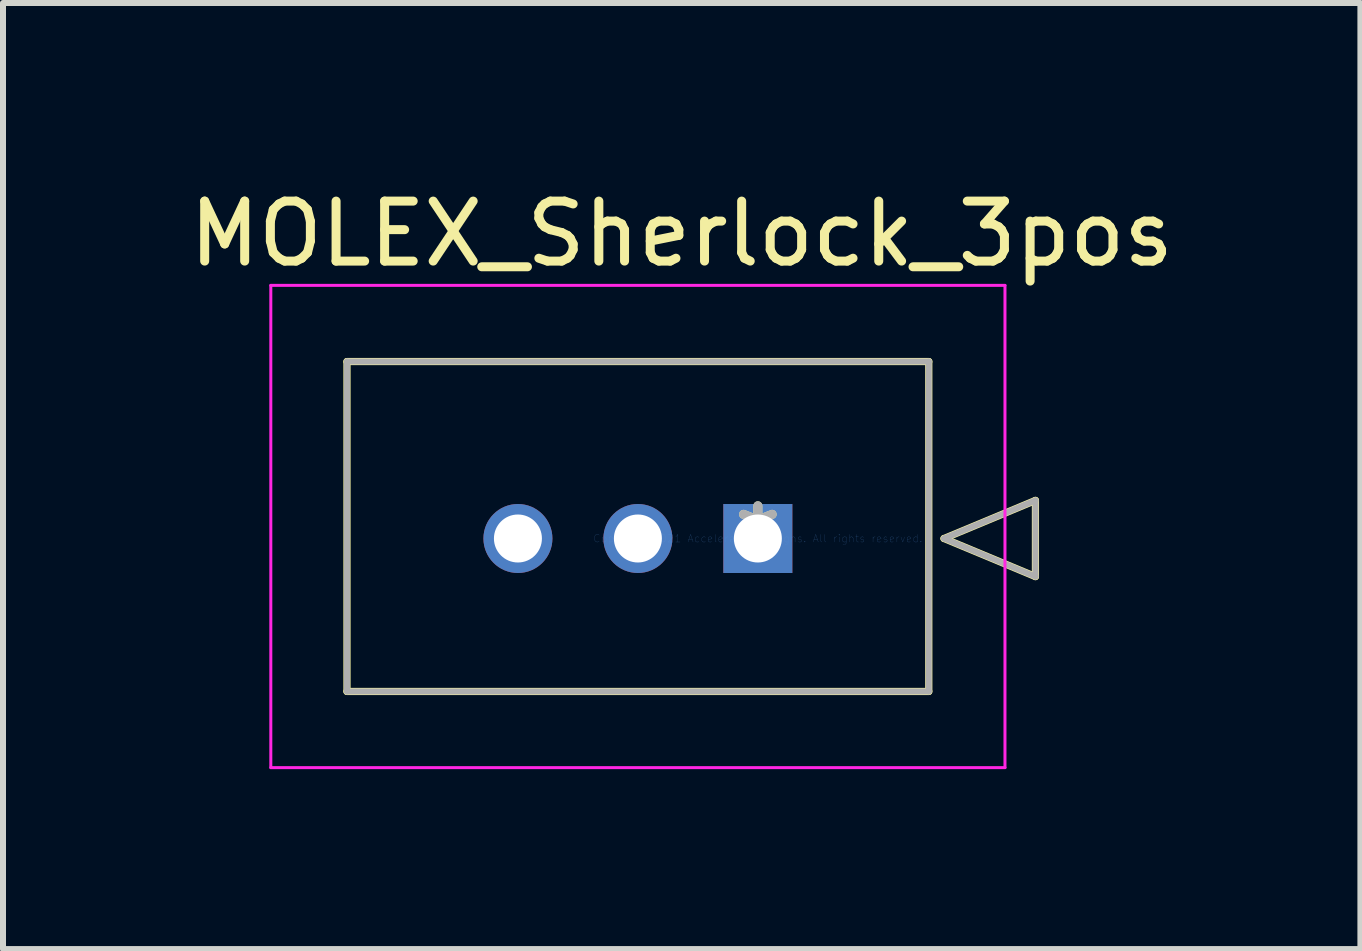
<source format=kicad_pcb>
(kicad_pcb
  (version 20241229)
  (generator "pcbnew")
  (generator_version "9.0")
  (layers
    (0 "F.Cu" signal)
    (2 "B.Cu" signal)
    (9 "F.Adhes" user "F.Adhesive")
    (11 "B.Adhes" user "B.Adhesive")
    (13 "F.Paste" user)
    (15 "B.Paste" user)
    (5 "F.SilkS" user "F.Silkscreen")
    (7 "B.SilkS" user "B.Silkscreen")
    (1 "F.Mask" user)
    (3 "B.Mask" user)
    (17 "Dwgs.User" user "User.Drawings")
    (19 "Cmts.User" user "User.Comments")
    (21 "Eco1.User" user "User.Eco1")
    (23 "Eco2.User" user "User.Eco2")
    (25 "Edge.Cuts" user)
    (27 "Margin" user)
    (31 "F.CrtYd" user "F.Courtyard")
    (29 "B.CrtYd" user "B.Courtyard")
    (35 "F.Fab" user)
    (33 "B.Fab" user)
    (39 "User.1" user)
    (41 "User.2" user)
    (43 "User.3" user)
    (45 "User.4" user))
  (footprint "MOLEX_Sherlock_3pos"
    (layer "F.Cu")
    (at 9.585 5.928)
    (property "Reference" "MOLEX_Sherlock_3pos" (at -1.27 -5.08 0) (layer "F.SilkS") (effects (font (size 1 1) (thickness 0.15))))
    (attr through_hole)
    (fp_line (start -6.85 -2.95) (end -6.85 2.55) (stroke (width 0.12) (type solid)) (layer "F.SilkS"))
    (fp_line (start -6.85 2.55) (end 2.85 2.55) (stroke (width 0.12) (type solid)) (layer "F.SilkS"))
    (fp_line (start 2.85 -2.95) (end -6.85 -2.95) (stroke (width 0.12) (type solid)) (layer "F.SilkS"))
    (fp_line (start 2.85 2.55) (end 2.85 -2.95) (stroke (width 0.12) (type solid)) (layer "F.SilkS"))
    (fp_line (start 3.104 0) (end 4.628 -0.635) (stroke (width 0.12) (type solid)) (layer "F.SilkS"))
    (fp_line (start 4.628 -0.635) (end 4.628 0.635) (stroke (width 0.12) (type solid)) (layer "F.SilkS"))
    (fp_line (start 4.628 0.635) (end 3.104 0) (stroke (width 0.12) (type solid)) (layer "F.SilkS"))
    (fp_line (start -8.12 -4.22) (end -8.12 3.82) (stroke (width 0.05) (type solid)) (layer "F.CrtYd"))
    (fp_line (start -8.12 3.82) (end 4.12 3.82) (stroke (width 0.05) (type solid)) (layer "F.CrtYd"))
    (fp_line (start 4.12 -4.22) (end -8.12 -4.22) (stroke (width 0.05) (type solid)) (layer "F.CrtYd"))
    (fp_line (start 4.12 3.82) (end 4.12 -4.22) (stroke (width 0.05) (type solid)) (layer "F.CrtYd"))
    (fp_line (start -6.85 -2.95) (end -6.85 2.55) (stroke (width 0.1) (type solid)) (layer "F.Fab"))
    (fp_line (start -6.85 2.55) (end 2.85 2.55) (stroke (width 0.1) (type solid)) (layer "F.Fab"))
    (fp_line (start 2.85 -2.95) (end -6.85 -2.95) (stroke (width 0.1) (type solid)) (layer "F.Fab"))
    (fp_line (start 2.85 2.55) (end 2.85 -2.95) (stroke (width 0.1) (type solid)) (layer "F.Fab"))
    (fp_line (start 3.104 0) (end 4.628 -0.635) (stroke (width 0.1) (type solid)) (layer "F.Fab"))
    (fp_line (start 4.628 -0.635) (end 4.628 0.635) (stroke (width 0.1) (type solid)) (layer "F.Fab"))
    (fp_line (start 4.628 0.635) (end 3.104 0) (stroke (width 0.1) (type solid)) (layer "F.Fab"))
    (fp_text user "*" (at 0 0 0) (layer "F.SilkS") (effects (font (size 1 1) (thickness 0.15))))
    (fp_text user "Copyright 2021 Accelerated Designs. All rights reserved." (at 0 0 0) (layer "Cmts.User") (effects (font (size 0.127 0.127) (thickness 0.002))))
    (fp_text user "*" (at 0 0 0) (layer "F.Fab") (effects (font (size 1 1) (thickness 0.15))))
    (pad "1" thru_hole rect (at 0 0) (size 1.15 1.15) (drill 0.8) (layers "*.Cu" "*.Mask"))
    (pad "2" thru_hole circle (at -2 0) (size 1.15 1.15) (drill 0.8) (layers "*.Cu" "*.Mask"))
    (pad "3" thru_hole circle (at -4 0) (size 1.15 1.15) (drill 0.8) (layers "*.Cu" "*.Mask")))
  (gr_rect
    (start -3 -3)
    (end 19.631 12.773)
    (stroke (width 0.1) (type default))
    (fill no)
    (layer "Edge.Cuts")))
</source>
